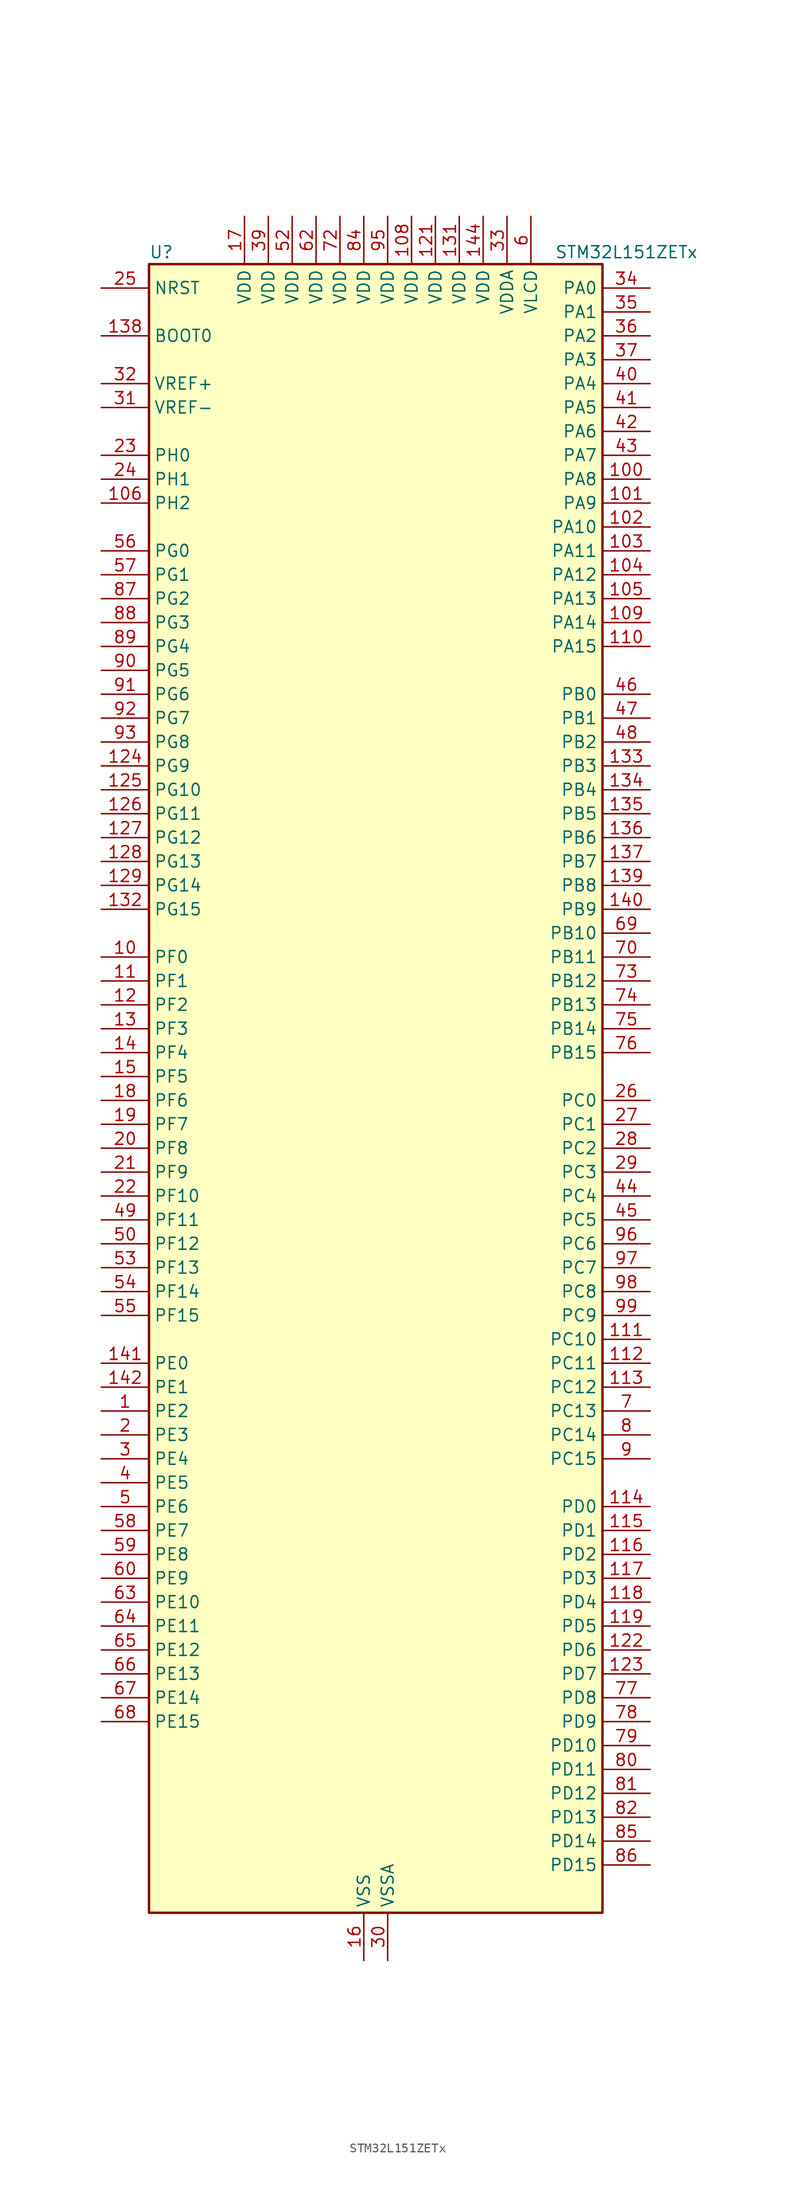
<source format=kicad_sym>
(kicad_symbol_lib
  (version 20231120)
  (generator "kicad-library-utils")
  (generator_version "8.0")
  (symbol "STM32L151ZETx"
    (property "Reference" "U"
      (at -22.86 90.17 0)
      (effects (font (size 1.27 1.27)) (justify left)))
    (property "Value" "STM32L151ZETx"
      (at 20.32 90.17 0)
      (effects (font (size 1.27 1.27)) (justify left)))
    (symbol "STM32L151ZETx_0_1"
      (rectangle (start -22.86 -86.36) (end 25.4 88.9) (stroke (width 0.254) (type default)) (fill (type background))))
    (symbol "STM32L151ZETx_1_1"
      (pin bidirectional line (at -27.94 -33.02 0) (length 5.08) (name "PE2" (effects (font (size 1.27 1.27)))) (number "1" (effects (font (size 1.27 1.27)))) (alternate "SYS_TRACECK" bidirectional line) (alternate "TIM3_ETR" bidirectional line) (alternate "TIMX_IC3" bidirectional line))
      (pin bidirectional line (at -27.94 15.24 0) (length 5.08) (name "PF0" (effects (font (size 1.27 1.27)))) (number "10" (effects (font (size 1.27 1.27)))))
      (pin bidirectional line (at 30.48 66.04 180) (length 5.08) (name "PA8" (effects (font (size 1.27 1.27)))) (number "100" (effects (font (size 1.27 1.27)))) (alternate "RCC_MCO" bidirectional line) (alternate "TIMX_IC1" bidirectional line) (alternate "TS_G4_IO1" bidirectional line) (alternate "USART1_CK" bidirectional line))
      (pin bidirectional line (at 30.48 63.5 180) (length 5.08) (name "PA9" (effects (font (size 1.27 1.27)))) (number "101" (effects (font (size 1.27 1.27)))) (alternate "DAC_EXTI9" bidirectional line) (alternate "TIMX_IC2" bidirectional line) (alternate "TS_G4_IO2" bidirectional line) (alternate "USART1_TX" bidirectional line))
      (pin bidirectional line (at 30.48 60.96 180) (length 5.08) (name "PA10" (effects (font (size 1.27 1.27)))) (number "102" (effects (font (size 1.27 1.27)))) (alternate "TIMX_IC3" bidirectional line) (alternate "TS_G4_IO3" bidirectional line) (alternate "USART1_RX" bidirectional line))
      (pin bidirectional line (at 30.48 58.42 180) (length 5.08) (name "PA11" (effects (font (size 1.27 1.27)))) (number "103" (effects (font (size 1.27 1.27)))) (alternate "ADC_EXTI11" bidirectional line) (alternate "SPI1_MISO" bidirectional line) (alternate "TIMX_IC4" bidirectional line) (alternate "USART1_CTS" bidirectional line) (alternate "USB_DM" bidirectional line))
      (pin bidirectional line (at 30.48 55.88 180) (length 5.08) (name "PA12" (effects (font (size 1.27 1.27)))) (number "104" (effects (font (size 1.27 1.27)))) (alternate "SPI1_MOSI" bidirectional line) (alternate "TIMX_IC1" bidirectional line) (alternate "USART1_RTS" bidirectional line) (alternate "USB_DP" bidirectional line))
      (pin bidirectional line (at 30.48 53.34 180) (length 5.08) (name "PA13" (effects (font (size 1.27 1.27)))) (number "105" (effects (font (size 1.27 1.27)))) (alternate "SYS_JTMS-SWDIO" bidirectional line) (alternate "TIMX_IC2" bidirectional line) (alternate "TS_G5_IO1" bidirectional line))
      (pin bidirectional line (at -27.94 63.5 0) (length 5.08) (name "PH2" (effects (font (size 1.27 1.27)))) (number "106" (effects (font (size 1.27 1.27)))))
      (pin passive line (at 0 -91.44 90) (length 5.08) hide (name "VSS" (effects (font (size 1.27 1.27)))) (number "107" (effects (font (size 1.27 1.27)))))
      (pin power_in line (at 5.08 93.98 270) (length 5.08) (name "VDD" (effects (font (size 1.27 1.27)))) (number "108" (effects (font (size 1.27 1.27)))))
      (pin bidirectional line (at 30.48 50.8 180) (length 5.08) (name "PA14" (effects (font (size 1.27 1.27)))) (number "109" (effects (font (size 1.27 1.27)))) (alternate "SYS_JTCK-SWCLK" bidirectional line) (alternate "TIMX_IC3" bidirectional line) (alternate "TS_G5_IO2" bidirectional line))
      (pin bidirectional line (at -27.94 12.7 0) (length 5.08) (name "PF1" (effects (font (size 1.27 1.27)))) (number "11" (effects (font (size 1.27 1.27)))))
      (pin bidirectional line (at 30.48 48.26 180) (length 5.08) (name "PA15" (effects (font (size 1.27 1.27)))) (number "110" (effects (font (size 1.27 1.27)))) (alternate "ADC_EXTI15" bidirectional line) (alternate "I2S3_WS" bidirectional line) (alternate "SPI1_NSS" bidirectional line) (alternate "SPI3_NSS" bidirectional line) (alternate "SYS_JTDI" bidirectional line) (alternate "TIM2_CH1" bidirectional line) (alternate "TIM2_ETR" bidirectional line) (alternate "TIMX_IC4" bidirectional line) (alternate "TS_G5_IO3" bidirectional line))
      (pin bidirectional line (at 30.48 -25.4 180) (length 5.08) (name "PC10" (effects (font (size 1.27 1.27)))) (number "111" (effects (font (size 1.27 1.27)))) (alternate "I2S3_CK" bidirectional line) (alternate "SPI3_SCK" bidirectional line) (alternate "TIMX_IC3" bidirectional line) (alternate "UART4_TX" bidirectional line) (alternate "USART3_TX" bidirectional line))
      (pin bidirectional line (at 30.48 -27.94 180) (length 5.08) (name "PC11" (effects (font (size 1.27 1.27)))) (number "112" (effects (font (size 1.27 1.27)))) (alternate "ADC_EXTI11" bidirectional line) (alternate "SPI3_MISO" bidirectional line) (alternate "TIMX_IC4" bidirectional line) (alternate "UART4_RX" bidirectional line) (alternate "USART3_RX" bidirectional line))
      (pin bidirectional line (at 30.48 -30.48 180) (length 5.08) (name "PC12" (effects (font (size 1.27 1.27)))) (number "113" (effects (font (size 1.27 1.27)))) (alternate "I2S3_SD" bidirectional line) (alternate "SPI3_MOSI" bidirectional line) (alternate "TIMX_IC1" bidirectional line) (alternate "UART5_TX" bidirectional line) (alternate "USART3_CK" bidirectional line))
      (pin bidirectional line (at 30.48 -43.18 180) (length 5.08) (name "PD0" (effects (font (size 1.27 1.27)))) (number "114" (effects (font (size 1.27 1.27)))) (alternate "I2S2_WS" bidirectional line) (alternate "SPI2_NSS" bidirectional line) (alternate "TIM9_CH1" bidirectional line) (alternate "TIMX_IC1" bidirectional line))
      (pin bidirectional line (at 30.48 -45.72 180) (length 5.08) (name "PD1" (effects (font (size 1.27 1.27)))) (number "115" (effects (font (size 1.27 1.27)))) (alternate "I2S2_CK" bidirectional line) (alternate "SPI2_SCK" bidirectional line) (alternate "TIMX_IC2" bidirectional line))
      (pin bidirectional line (at 30.48 -48.26 180) (length 5.08) (name "PD2" (effects (font (size 1.27 1.27)))) (number "116" (effects (font (size 1.27 1.27)))) (alternate "TIM3_ETR" bidirectional line) (alternate "TIMX_IC3" bidirectional line) (alternate "UART5_RX" bidirectional line))
      (pin bidirectional line (at 30.48 -50.8 180) (length 5.08) (name "PD3" (effects (font (size 1.27 1.27)))) (number "117" (effects (font (size 1.27 1.27)))) (alternate "SPI2_MISO" bidirectional line) (alternate "TIMX_IC4" bidirectional line) (alternate "USART2_CTS" bidirectional line))
      (pin bidirectional line (at 30.48 -53.34 180) (length 5.08) (name "PD4" (effects (font (size 1.27 1.27)))) (number "118" (effects (font (size 1.27 1.27)))) (alternate "I2S2_SD" bidirectional line) (alternate "SPI2_MOSI" bidirectional line) (alternate "TIMX_IC1" bidirectional line) (alternate "USART2_RTS" bidirectional line))
      (pin bidirectional line (at 30.48 -55.88 180) (length 5.08) (name "PD5" (effects (font (size 1.27 1.27)))) (number "119" (effects (font (size 1.27 1.27)))) (alternate "TIMX_IC2" bidirectional line) (alternate "USART2_TX" bidirectional line))
      (pin bidirectional line (at -27.94 10.16 0) (length 5.08) (name "PF2" (effects (font (size 1.27 1.27)))) (number "12" (effects (font (size 1.27 1.27)))))
      (pin passive line (at 0 -91.44 90) (length 5.08) hide (name "VSS" (effects (font (size 1.27 1.27)))) (number "120" (effects (font (size 1.27 1.27)))))
      (pin power_in line (at 7.62 93.98 270) (length 5.08) (name "VDD" (effects (font (size 1.27 1.27)))) (number "121" (effects (font (size 1.27 1.27)))))
      (pin bidirectional line (at 30.48 -58.42 180) (length 5.08) (name "PD6" (effects (font (size 1.27 1.27)))) (number "122" (effects (font (size 1.27 1.27)))) (alternate "TIMX_IC3" bidirectional line) (alternate "USART2_RX" bidirectional line))
      (pin bidirectional line (at 30.48 -60.96 180) (length 5.08) (name "PD7" (effects (font (size 1.27 1.27)))) (number "123" (effects (font (size 1.27 1.27)))) (alternate "TIM9_CH2" bidirectional line) (alternate "TIMX_IC4" bidirectional line) (alternate "USART2_CK" bidirectional line))
      (pin bidirectional line (at -27.94 35.56 0) (length 5.08) (name "PG9" (effects (font (size 1.27 1.27)))) (number "124" (effects (font (size 1.27 1.27)))) (alternate "DAC_EXTI9" bidirectional line))
      (pin bidirectional line (at -27.94 33.02 0) (length 5.08) (name "PG10" (effects (font (size 1.27 1.27)))) (number "125" (effects (font (size 1.27 1.27)))))
      (pin bidirectional line (at -27.94 30.48 0) (length 5.08) (name "PG11" (effects (font (size 1.27 1.27)))) (number "126" (effects (font (size 1.27 1.27)))) (alternate "ADC_EXTI11" bidirectional line))
      (pin bidirectional line (at -27.94 27.94 0) (length 5.08) (name "PG12" (effects (font (size 1.27 1.27)))) (number "127" (effects (font (size 1.27 1.27)))))
      (pin bidirectional line (at -27.94 25.4 0) (length 5.08) (name "PG13" (effects (font (size 1.27 1.27)))) (number "128" (effects (font (size 1.27 1.27)))))
      (pin bidirectional line (at -27.94 22.86 0) (length 5.08) (name "PG14" (effects (font (size 1.27 1.27)))) (number "129" (effects (font (size 1.27 1.27)))))
      (pin bidirectional line (at -27.94 7.62 0) (length 5.08) (name "PF3" (effects (font (size 1.27 1.27)))) (number "13" (effects (font (size 1.27 1.27)))))
      (pin passive line (at 0 -91.44 90) (length 5.08) hide (name "VSS" (effects (font (size 1.27 1.27)))) (number "130" (effects (font (size 1.27 1.27)))))
      (pin power_in line (at 10.16 93.98 270) (length 5.08) (name "VDD" (effects (font (size 1.27 1.27)))) (number "131" (effects (font (size 1.27 1.27)))))
      (pin bidirectional line (at -27.94 20.32 0) (length 5.08) (name "PG15" (effects (font (size 1.27 1.27)))) (number "132" (effects (font (size 1.27 1.27)))) (alternate "ADC_EXTI15" bidirectional line))
      (pin bidirectional line (at 30.48 35.56 180) (length 5.08) (name "PB3" (effects (font (size 1.27 1.27)))) (number "133" (effects (font (size 1.27 1.27)))) (alternate "COMP2_INM" bidirectional line) (alternate "I2S3_CK" bidirectional line) (alternate "SPI1_SCK" bidirectional line) (alternate "SPI3_SCK" bidirectional line) (alternate "SYS_JTDO-TRACESWO" bidirectional line) (alternate "TIM2_CH2" bidirectional line))
      (pin bidirectional line (at 30.48 33.02 180) (length 5.08) (name "PB4" (effects (font (size 1.27 1.27)))) (number "134" (effects (font (size 1.27 1.27)))) (alternate "COMP2_INP" bidirectional line) (alternate "SPI1_MISO" bidirectional line) (alternate "SPI3_MISO" bidirectional line) (alternate "SYS_JTRST" bidirectional line) (alternate "TIM3_CH1" bidirectional line) (alternate "TS_G6_IO1" bidirectional line))
      (pin bidirectional line (at 30.48 30.48 180) (length 5.08) (name "PB5" (effects (font (size 1.27 1.27)))) (number "135" (effects (font (size 1.27 1.27)))) (alternate "COMP2_INP" bidirectional line) (alternate "I2C1_SMBA" bidirectional line) (alternate "I2S3_SD" bidirectional line) (alternate "SPI1_MOSI" bidirectional line) (alternate "SPI3_MOSI" bidirectional line) (alternate "TIM3_CH2" bidirectional line) (alternate "TS_G6_IO2" bidirectional line))
      (pin bidirectional line (at 30.48 27.94 180) (length 5.08) (name "PB6" (effects (font (size 1.27 1.27)))) (number "136" (effects (font (size 1.27 1.27)))) (alternate "COMP2_INP" bidirectional line) (alternate "I2C1_SCL" bidirectional line) (alternate "TIM4_CH1" bidirectional line) (alternate "TS_G6_IO3" bidirectional line) (alternate "USART1_TX" bidirectional line))
      (pin bidirectional line (at 30.48 25.4 180) (length 5.08) (name "PB7" (effects (font (size 1.27 1.27)))) (number "137" (effects (font (size 1.27 1.27)))) (alternate "COMP2_INP" bidirectional line) (alternate "I2C1_SDA" bidirectional line) (alternate "SYS_PVD_IN" bidirectional line) (alternate "TIM4_CH2" bidirectional line) (alternate "TS_G6_IO4" bidirectional line) (alternate "USART1_RX" bidirectional line))
      (pin input line (at -27.94 81.28 0) (length 5.08) (name "BOOT0" (effects (font (size 1.27 1.27)))) (number "138" (effects (font (size 1.27 1.27)))))
      (pin bidirectional line (at 30.48 22.86 180) (length 5.08) (name "PB8" (effects (font (size 1.27 1.27)))) (number "139" (effects (font (size 1.27 1.27)))) (alternate "I2C1_SCL" bidirectional line) (alternate "TIM10_CH1" bidirectional line) (alternate "TIM4_CH3" bidirectional line))
      (pin bidirectional line (at -27.94 5.08 0) (length 5.08) (name "PF4" (effects (font (size 1.27 1.27)))) (number "14" (effects (font (size 1.27 1.27)))))
      (pin bidirectional line (at 30.48 20.32 180) (length 5.08) (name "PB9" (effects (font (size 1.27 1.27)))) (number "140" (effects (font (size 1.27 1.27)))) (alternate "DAC_EXTI9" bidirectional line) (alternate "I2C1_SDA" bidirectional line) (alternate "TIM11_CH1" bidirectional line) (alternate "TIM4_CH4" bidirectional line))
      (pin bidirectional line (at -27.94 -27.94 0) (length 5.08) (name "PE0" (effects (font (size 1.27 1.27)))) (number "141" (effects (font (size 1.27 1.27)))) (alternate "TIM10_CH1" bidirectional line) (alternate "TIM4_ETR" bidirectional line) (alternate "TIMX_IC1" bidirectional line))
      (pin bidirectional line (at -27.94 -30.48 0) (length 5.08) (name "PE1" (effects (font (size 1.27 1.27)))) (number "142" (effects (font (size 1.27 1.27)))) (alternate "TIM11_CH1" bidirectional line) (alternate "TIMX_IC2" bidirectional line))
      (pin passive line (at 0 -91.44 90) (length 5.08) hide (name "VSS" (effects (font (size 1.27 1.27)))) (number "143" (effects (font (size 1.27 1.27)))))
      (pin power_in line (at 12.7 93.98 270) (length 5.08) (name "VDD" (effects (font (size 1.27 1.27)))) (number "144" (effects (font (size 1.27 1.27)))))
      (pin bidirectional line (at -27.94 2.54 0) (length 5.08) (name "PF5" (effects (font (size 1.27 1.27)))) (number "15" (effects (font (size 1.27 1.27)))))
      (pin power_in line (at 0 -91.44 90) (length 5.08) (name "VSS" (effects (font (size 1.27 1.27)))) (number "16" (effects (font (size 1.27 1.27)))))
      (pin power_in line (at -12.7 93.98 270) (length 5.08) (name "VDD" (effects (font (size 1.27 1.27)))) (number "17" (effects (font (size 1.27 1.27)))))
      (pin bidirectional line (at -27.94 0 0) (length 5.08) (name "PF6" (effects (font (size 1.27 1.27)))) (number "18" (effects (font (size 1.27 1.27)))) (alternate "ADC_IN27" bidirectional line) (alternate "TIM5_CH1" bidirectional line) (alternate "TIM5_ETR" bidirectional line) (alternate "TS_G11_IO1" bidirectional line))
      (pin bidirectional line (at -27.94 -2.54 0) (length 5.08) (name "PF7" (effects (font (size 1.27 1.27)))) (number "19" (effects (font (size 1.27 1.27)))) (alternate "ADC_IN28" bidirectional line) (alternate "COMP1_INP" bidirectional line) (alternate "TIM5_CH2" bidirectional line) (alternate "TS_G11_IO2" bidirectional line))
      (pin bidirectional line (at -27.94 -35.56 0) (length 5.08) (name "PE3" (effects (font (size 1.27 1.27)))) (number "2" (effects (font (size 1.27 1.27)))) (alternate "SYS_TRACED0" bidirectional line) (alternate "TIM3_CH1" bidirectional line) (alternate "TIMX_IC4" bidirectional line))
      (pin bidirectional line (at -27.94 -5.08 0) (length 5.08) (name "PF8" (effects (font (size 1.27 1.27)))) (number "20" (effects (font (size 1.27 1.27)))) (alternate "ADC_IN29" bidirectional line) (alternate "COMP1_INP" bidirectional line) (alternate "TIM5_CH3" bidirectional line) (alternate "TS_G11_IO3" bidirectional line))
      (pin bidirectional line (at -27.94 -7.62 0) (length 5.08) (name "PF9" (effects (font (size 1.27 1.27)))) (number "21" (effects (font (size 1.27 1.27)))) (alternate "ADC_IN30" bidirectional line) (alternate "COMP1_INP" bidirectional line) (alternate "DAC_EXTI9" bidirectional line) (alternate "TIM5_CH4" bidirectional line) (alternate "TS_G11_IO4" bidirectional line))
      (pin bidirectional line (at -27.94 -10.16 0) (length 5.08) (name "PF10" (effects (font (size 1.27 1.27)))) (number "22" (effects (font (size 1.27 1.27)))) (alternate "ADC_IN31" bidirectional line) (alternate "COMP1_INP" bidirectional line) (alternate "TS_G11_IO5" bidirectional line))
      (pin bidirectional line (at -27.94 68.58 0) (length 5.08) (name "PH0" (effects (font (size 1.27 1.27)))) (number "23" (effects (font (size 1.27 1.27)))) (alternate "RCC_OSC_IN" bidirectional line))
      (pin bidirectional line (at -27.94 66.04 0) (length 5.08) (name "PH1" (effects (font (size 1.27 1.27)))) (number "24" (effects (font (size 1.27 1.27)))) (alternate "RCC_OSC_OUT" bidirectional line))
      (pin input line (at -27.94 86.36 0) (length 5.08) (name "NRST" (effects (font (size 1.27 1.27)))) (number "25" (effects (font (size 1.27 1.27)))))
      (pin bidirectional line (at 30.48 0 180) (length 5.08) (name "PC0" (effects (font (size 1.27 1.27)))) (number "26" (effects (font (size 1.27 1.27)))) (alternate "ADC_IN10" bidirectional line) (alternate "COMP1_INP" bidirectional line) (alternate "TIMX_IC1" bidirectional line) (alternate "TS_G8_IO1" bidirectional line))
      (pin bidirectional line (at 30.48 -2.54 180) (length 5.08) (name "PC1" (effects (font (size 1.27 1.27)))) (number "27" (effects (font (size 1.27 1.27)))) (alternate "ADC_IN11" bidirectional line) (alternate "COMP1_INP" bidirectional line) (alternate "TIMX_IC2" bidirectional line) (alternate "TS_G8_IO2" bidirectional line))
      (pin bidirectional line (at 30.48 -5.08 180) (length 5.08) (name "PC2" (effects (font (size 1.27 1.27)))) (number "28" (effects (font (size 1.27 1.27)))) (alternate "ADC_IN12" bidirectional line) (alternate "COMP1_INP" bidirectional line) (alternate "TIMX_IC3" bidirectional line) (alternate "TS_G8_IO3" bidirectional line))
      (pin bidirectional line (at 30.48 -7.62 180) (length 5.08) (name "PC3" (effects (font (size 1.27 1.27)))) (number "29" (effects (font (size 1.27 1.27)))) (alternate "ADC_IN13" bidirectional line) (alternate "COMP1_INP" bidirectional line) (alternate "TIMX_IC4" bidirectional line) (alternate "TS_G8_IO4" bidirectional line))
      (pin bidirectional line (at -27.94 -38.1 0) (length 5.08) (name "PE4" (effects (font (size 1.27 1.27)))) (number "3" (effects (font (size 1.27 1.27)))) (alternate "SYS_TRACED1" bidirectional line) (alternate "TIM3_CH2" bidirectional line) (alternate "TIMX_IC1" bidirectional line))
      (pin power_in line (at 2.54 -91.44 90) (length 5.08) (name "VSSA" (effects (font (size 1.27 1.27)))) (number "30" (effects (font (size 1.27 1.27)))))
      (pin input line (at -27.94 73.66 0) (length 5.08) (name "VREF-" (effects (font (size 1.27 1.27)))) (number "31" (effects (font (size 1.27 1.27)))))
      (pin input line (at -27.94 76.2 0) (length 5.08) (name "VREF+" (effects (font (size 1.27 1.27)))) (number "32" (effects (font (size 1.27 1.27)))))
      (pin power_in line (at 15.24 93.98 270) (length 5.08) (name "VDDA" (effects (font (size 1.27 1.27)))) (number "33" (effects (font (size 1.27 1.27)))))
      (pin bidirectional line (at 30.48 86.36 180) (length 5.08) (name "PA0" (effects (font (size 1.27 1.27)))) (number "34" (effects (font (size 1.27 1.27)))) (alternate "ADC_IN0" bidirectional line) (alternate "COMP1_INP" bidirectional line) (alternate "RTC_TAMP2" bidirectional line) (alternate "SYS_WKUP1" bidirectional line) (alternate "TIM2_CH1" bidirectional line) (alternate "TIM2_ETR" bidirectional line) (alternate "TIM5_CH1" bidirectional line) (alternate "TIMX_IC1" bidirectional line) (alternate "TS_G1_IO1" bidirectional line) (alternate "USART2_CTS" bidirectional line))
      (pin bidirectional line (at 30.48 83.82 180) (length 5.08) (name "PA1" (effects (font (size 1.27 1.27)))) (number "35" (effects (font (size 1.27 1.27)))) (alternate "ADC_IN1" bidirectional line) (alternate "COMP1_INP" bidirectional line) (alternate "OPAMP1_VINP" bidirectional line) (alternate "TIM2_CH2" bidirectional line) (alternate "TIM5_CH2" bidirectional line) (alternate "TIMX_IC2" bidirectional line) (alternate "TS_G1_IO2" bidirectional line) (alternate "USART2_RTS" bidirectional line))
      (pin bidirectional line (at 30.48 81.28 180) (length 5.08) (name "PA2" (effects (font (size 1.27 1.27)))) (number "36" (effects (font (size 1.27 1.27)))) (alternate "ADC_IN2" bidirectional line) (alternate "COMP1_INP" bidirectional line) (alternate "OPAMP1_VINM" bidirectional line) (alternate "TIM2_CH3" bidirectional line) (alternate "TIM5_CH3" bidirectional line) (alternate "TIM9_CH1" bidirectional line) (alternate "TIMX_IC3" bidirectional line) (alternate "TS_G1_IO3" bidirectional line) (alternate "USART2_TX" bidirectional line))
      (pin bidirectional line (at 30.48 78.74 180) (length 5.08) (name "PA3" (effects (font (size 1.27 1.27)))) (number "37" (effects (font (size 1.27 1.27)))) (alternate "ADC_IN3" bidirectional line) (alternate "COMP1_INP" bidirectional line) (alternate "OPAMP1_VOUT" bidirectional line) (alternate "TIM2_CH4" bidirectional line) (alternate "TIM5_CH4" bidirectional line) (alternate "TIM9_CH2" bidirectional line) (alternate "TIMX_IC4" bidirectional line) (alternate "TS_G1_IO4" bidirectional line) (alternate "USART2_RX" bidirectional line))
      (pin passive line (at 0 -91.44 90) (length 5.08) hide (name "VSS" (effects (font (size 1.27 1.27)))) (number "38" (effects (font (size 1.27 1.27)))))
      (pin power_in line (at -10.16 93.98 270) (length 5.08) (name "VDD" (effects (font (size 1.27 1.27)))) (number "39" (effects (font (size 1.27 1.27)))))
      (pin bidirectional line (at -27.94 -40.64 0) (length 5.08) (name "PE5" (effects (font (size 1.27 1.27)))) (number "4" (effects (font (size 1.27 1.27)))) (alternate "SYS_TRACED2" bidirectional line) (alternate "TIM9_CH1" bidirectional line) (alternate "TIMX_IC2" bidirectional line))
      (pin bidirectional line (at 30.48 76.2 180) (length 5.08) (name "PA4" (effects (font (size 1.27 1.27)))) (number "40" (effects (font (size 1.27 1.27)))) (alternate "ADC_IN4" bidirectional line) (alternate "COMP1_INP" bidirectional line) (alternate "DAC_OUT1" bidirectional line) (alternate "I2S3_WS" bidirectional line) (alternate "SPI1_NSS" bidirectional line) (alternate "SPI3_NSS" bidirectional line) (alternate "TIMX_IC1" bidirectional line) (alternate "USART2_CK" bidirectional line))
      (pin bidirectional line (at 30.48 73.66 180) (length 5.08) (name "PA5" (effects (font (size 1.27 1.27)))) (number "41" (effects (font (size 1.27 1.27)))) (alternate "ADC_IN5" bidirectional line) (alternate "COMP1_INP" bidirectional line) (alternate "DAC_OUT2" bidirectional line) (alternate "SPI1_SCK" bidirectional line) (alternate "TIM2_CH1" bidirectional line) (alternate "TIM2_ETR" bidirectional line) (alternate "TIMX_IC2" bidirectional line))
      (pin bidirectional line (at 30.48 71.12 180) (length 5.08) (name "PA6" (effects (font (size 1.27 1.27)))) (number "42" (effects (font (size 1.27 1.27)))) (alternate "ADC_IN6" bidirectional line) (alternate "COMP1_INP" bidirectional line) (alternate "OPAMP2_VINP" bidirectional line) (alternate "SPI1_MISO" bidirectional line) (alternate "TIM10_CH1" bidirectional line) (alternate "TIM3_CH1" bidirectional line) (alternate "TIMX_IC3" bidirectional line) (alternate "TS_G2_IO1" bidirectional line))
      (pin bidirectional line (at 30.48 68.58 180) (length 5.08) (name "PA7" (effects (font (size 1.27 1.27)))) (number "43" (effects (font (size 1.27 1.27)))) (alternate "ADC_IN7" bidirectional line) (alternate "COMP1_INP" bidirectional line) (alternate "OPAMP2_VINM" bidirectional line) (alternate "SPI1_MOSI" bidirectional line) (alternate "TIM11_CH1" bidirectional line) (alternate "TIM3_CH2" bidirectional line) (alternate "TIMX_IC4" bidirectional line) (alternate "TS_G2_IO2" bidirectional line))
      (pin bidirectional line (at 30.48 -10.16 180) (length 5.08) (name "PC4" (effects (font (size 1.27 1.27)))) (number "44" (effects (font (size 1.27 1.27)))) (alternate "ADC_IN14" bidirectional line) (alternate "COMP1_INP" bidirectional line) (alternate "TIMX_IC1" bidirectional line) (alternate "TS_G9_IO1" bidirectional line))
      (pin bidirectional line (at 30.48 -12.7 180) (length 5.08) (name "PC5" (effects (font (size 1.27 1.27)))) (number "45" (effects (font (size 1.27 1.27)))) (alternate "ADC_IN15" bidirectional line) (alternate "COMP1_INP" bidirectional line) (alternate "TIMX_IC2" bidirectional line) (alternate "TS_G9_IO2" bidirectional line))
      (pin bidirectional line (at 30.48 43.18 180) (length 5.08) (name "PB0" (effects (font (size 1.27 1.27)))) (number "46" (effects (font (size 1.27 1.27)))) (alternate "ADC_IN8" bidirectional line) (alternate "COMP1_INP" bidirectional line) (alternate "OPAMP2_VOUT" bidirectional line) (alternate "SYS_V_REF_OUT" bidirectional line) (alternate "TIM3_CH3" bidirectional line) (alternate "TS_G3_IO1" bidirectional line))
      (pin bidirectional line (at 30.48 40.64 180) (length 5.08) (name "PB1" (effects (font (size 1.27 1.27)))) (number "47" (effects (font (size 1.27 1.27)))) (alternate "ADC_IN9" bidirectional line) (alternate "COMP1_INP" bidirectional line) (alternate "SYS_V_REF_OUT" bidirectional line) (alternate "TIM3_CH4" bidirectional line) (alternate "TS_G3_IO2" bidirectional line))
      (pin bidirectional line (at 30.48 38.1 180) (length 5.08) (name "PB2" (effects (font (size 1.27 1.27)))) (number "48" (effects (font (size 1.27 1.27)))) (alternate "ADC_IN0b" bidirectional line) (alternate "TS_G3_IO3" bidirectional line))
      (pin bidirectional line (at -27.94 -12.7 0) (length 5.08) (name "PF11" (effects (font (size 1.27 1.27)))) (number "49" (effects (font (size 1.27 1.27)))) (alternate "ADC_EXTI11" bidirectional line) (alternate "ADC_IN1b" bidirectional line) (alternate "TS_G3_IO4" bidirectional line))
      (pin bidirectional line (at -27.94 -43.18 0) (length 5.08) (name "PE6" (effects (font (size 1.27 1.27)))) (number "5" (effects (font (size 1.27 1.27)))) (alternate "RTC_TAMP3" bidirectional line) (alternate "SYS_TRACED3" bidirectional line) (alternate "SYS_WKUP3" bidirectional line) (alternate "TIM9_CH2" bidirectional line) (alternate "TIMX_IC3" bidirectional line))
      (pin bidirectional line (at -27.94 -15.24 0) (length 5.08) (name "PF12" (effects (font (size 1.27 1.27)))) (number "50" (effects (font (size 1.27 1.27)))) (alternate "ADC_IN2b" bidirectional line) (alternate "TS_G3_IO5" bidirectional line))
      (pin passive line (at 0 -91.44 90) (length 5.08) hide (name "VSS" (effects (font (size 1.27 1.27)))) (number "51" (effects (font (size 1.27 1.27)))))
      (pin power_in line (at -7.62 93.98 270) (length 5.08) (name "VDD" (effects (font (size 1.27 1.27)))) (number "52" (effects (font (size 1.27 1.27)))))
      (pin bidirectional line (at -27.94 -17.78 0) (length 5.08) (name "PF13" (effects (font (size 1.27 1.27)))) (number "53" (effects (font (size 1.27 1.27)))) (alternate "ADC_IN3b" bidirectional line) (alternate "TS_G9_IO3" bidirectional line))
      (pin bidirectional line (at -27.94 -20.32 0) (length 5.08) (name "PF14" (effects (font (size 1.27 1.27)))) (number "54" (effects (font (size 1.27 1.27)))) (alternate "ADC_IN6b" bidirectional line) (alternate "TS_G9_IO4" bidirectional line))
      (pin bidirectional line (at -27.94 -22.86 0) (length 5.08) (name "PF15" (effects (font (size 1.27 1.27)))) (number "55" (effects (font (size 1.27 1.27)))) (alternate "ADC_EXTI15" bidirectional line) (alternate "ADC_IN7b" bidirectional line) (alternate "TS_G2_IO3" bidirectional line))
      (pin bidirectional line (at -27.94 58.42 0) (length 5.08) (name "PG0" (effects (font (size 1.27 1.27)))) (number "56" (effects (font (size 1.27 1.27)))) (alternate "ADC_IN8b" bidirectional line) (alternate "TS_G2_IO4" bidirectional line))
      (pin bidirectional line (at -27.94 55.88 0) (length 5.08) (name "PG1" (effects (font (size 1.27 1.27)))) (number "57" (effects (font (size 1.27 1.27)))) (alternate "ADC_IN9b" bidirectional line) (alternate "TS_G2_IO5" bidirectional line))
      (pin bidirectional line (at -27.94 -45.72 0) (length 5.08) (name "PE7" (effects (font (size 1.27 1.27)))) (number "58" (effects (font (size 1.27 1.27)))) (alternate "ADC_IN22" bidirectional line) (alternate "COMP1_INP" bidirectional line) (alternate "TIMX_IC4" bidirectional line))
      (pin bidirectional line (at -27.94 -48.26 0) (length 5.08) (name "PE8" (effects (font (size 1.27 1.27)))) (number "59" (effects (font (size 1.27 1.27)))) (alternate "ADC_IN23" bidirectional line) (alternate "COMP1_INP" bidirectional line) (alternate "TIMX_IC1" bidirectional line))
      (pin power_in line (at 17.78 93.98 270) (length 5.08) (name "VLCD" (effects (font (size 1.27 1.27)))) (number "6" (effects (font (size 1.27 1.27)))))
      (pin bidirectional line (at -27.94 -50.8 0) (length 5.08) (name "PE9" (effects (font (size 1.27 1.27)))) (number "60" (effects (font (size 1.27 1.27)))) (alternate "ADC_IN24" bidirectional line) (alternate "COMP1_INP" bidirectional line) (alternate "DAC_EXTI9" bidirectional line) (alternate "TIM2_CH1" bidirectional line) (alternate "TIM2_ETR" bidirectional line) (alternate "TIMX_IC2" bidirectional line))
      (pin passive line (at 0 -91.44 90) (length 5.08) hide (name "VSS" (effects (font (size 1.27 1.27)))) (number "61" (effects (font (size 1.27 1.27)))))
      (pin power_in line (at -5.08 93.98 270) (length 5.08) (name "VDD" (effects (font (size 1.27 1.27)))) (number "62" (effects (font (size 1.27 1.27)))))
      (pin bidirectional line (at -27.94 -53.34 0) (length 5.08) (name "PE10" (effects (font (size 1.27 1.27)))) (number "63" (effects (font (size 1.27 1.27)))) (alternate "ADC_IN25" bidirectional line) (alternate "COMP1_INP" bidirectional line) (alternate "TIM2_CH2" bidirectional line) (alternate "TIMX_IC3" bidirectional line))
      (pin bidirectional line (at -27.94 -55.88 0) (length 5.08) (name "PE11" (effects (font (size 1.27 1.27)))) (number "64" (effects (font (size 1.27 1.27)))) (alternate "ADC_EXTI11" bidirectional line) (alternate "TIM2_CH3" bidirectional line) (alternate "TIMX_IC4" bidirectional line))
      (pin bidirectional line (at -27.94 -58.42 0) (length 5.08) (name "PE12" (effects (font (size 1.27 1.27)))) (number "65" (effects (font (size 1.27 1.27)))) (alternate "SPI1_NSS" bidirectional line) (alternate "TIM2_CH4" bidirectional line) (alternate "TIMX_IC1" bidirectional line))
      (pin bidirectional line (at -27.94 -60.96 0) (length 5.08) (name "PE13" (effects (font (size 1.27 1.27)))) (number "66" (effects (font (size 1.27 1.27)))) (alternate "SPI1_SCK" bidirectional line) (alternate "TIMX_IC2" bidirectional line))
      (pin bidirectional line (at -27.94 -63.5 0) (length 5.08) (name "PE14" (effects (font (size 1.27 1.27)))) (number "67" (effects (font (size 1.27 1.27)))) (alternate "SPI1_MISO" bidirectional line) (alternate "TIMX_IC3" bidirectional line))
      (pin bidirectional line (at -27.94 -66.04 0) (length 5.08) (name "PE15" (effects (font (size 1.27 1.27)))) (number "68" (effects (font (size 1.27 1.27)))) (alternate "ADC_EXTI15" bidirectional line) (alternate "SPI1_MOSI" bidirectional line) (alternate "TIMX_IC4" bidirectional line))
      (pin bidirectional line (at 30.48 17.78 180) (length 5.08) (name "PB10" (effects (font (size 1.27 1.27)))) (number "69" (effects (font (size 1.27 1.27)))) (alternate "I2C2_SCL" bidirectional line) (alternate "TIM2_CH3" bidirectional line) (alternate "USART3_TX" bidirectional line))
      (pin bidirectional line (at 30.48 -33.02 180) (length 5.08) (name "PC13" (effects (font (size 1.27 1.27)))) (number "7" (effects (font (size 1.27 1.27)))) (alternate "RTC_OUT_ALARM" bidirectional line) (alternate "RTC_OUT_CALIB" bidirectional line) (alternate "RTC_TAMP1" bidirectional line) (alternate "RTC_TS" bidirectional line) (alternate "SYS_WKUP2" bidirectional line) (alternate "TIMX_IC2" bidirectional line))
      (pin bidirectional line (at 30.48 15.24 180) (length 5.08) (name "PB11" (effects (font (size 1.27 1.27)))) (number "70" (effects (font (size 1.27 1.27)))) (alternate "ADC_EXTI11" bidirectional line) (alternate "I2C2_SDA" bidirectional line) (alternate "TIM2_CH4" bidirectional line) (alternate "USART3_RX" bidirectional line))
      (pin passive line (at 0 -91.44 90) (length 5.08) hide (name "VSS" (effects (font (size 1.27 1.27)))) (number "71" (effects (font (size 1.27 1.27)))))
      (pin power_in line (at -2.54 93.98 270) (length 5.08) (name "VDD" (effects (font (size 1.27 1.27)))) (number "72" (effects (font (size 1.27 1.27)))))
      (pin bidirectional line (at 30.48 12.7 180) (length 5.08) (name "PB12" (effects (font (size 1.27 1.27)))) (number "73" (effects (font (size 1.27 1.27)))) (alternate "ADC_IN18" bidirectional line) (alternate "COMP1_INP" bidirectional line) (alternate "I2C2_SMBA" bidirectional line) (alternate "I2S2_WS" bidirectional line) (alternate "SPI2_NSS" bidirectional line) (alternate "TIM10_CH1" bidirectional line) (alternate "TS_G7_IO1" bidirectional line) (alternate "USART3_CK" bidirectional line))
      (pin bidirectional line (at 30.48 10.16 180) (length 5.08) (name "PB13" (effects (font (size 1.27 1.27)))) (number "74" (effects (font (size 1.27 1.27)))) (alternate "ADC_IN19" bidirectional line) (alternate "COMP1_INP" bidirectional line) (alternate "I2S2_CK" bidirectional line) (alternate "SPI2_SCK" bidirectional line) (alternate "TIM9_CH1" bidirectional line) (alternate "TS_G7_IO2" bidirectional line) (alternate "USART3_CTS" bidirectional line))
      (pin bidirectional line (at 30.48 7.62 180) (length 5.08) (name "PB14" (effects (font (size 1.27 1.27)))) (number "75" (effects (font (size 1.27 1.27)))) (alternate "ADC_IN20" bidirectional line) (alternate "COMP1_INP" bidirectional line) (alternate "SPI2_MISO" bidirectional line) (alternate "TIM9_CH2" bidirectional line) (alternate "TS_G7_IO3" bidirectional line) (alternate "USART3_RTS" bidirectional line))
      (pin bidirectional line (at 30.48 5.08 180) (length 5.08) (name "PB15" (effects (font (size 1.27 1.27)))) (number "76" (effects (font (size 1.27 1.27)))) (alternate "ADC_EXTI15" bidirectional line) (alternate "ADC_IN21" bidirectional line) (alternate "COMP1_INP" bidirectional line) (alternate "I2S2_SD" bidirectional line) (alternate "RTC_REFIN" bidirectional line) (alternate "SPI2_MOSI" bidirectional line) (alternate "TIM11_CH1" bidirectional line) (alternate "TS_G7_IO4" bidirectional line))
      (pin bidirectional line (at 30.48 -63.5 180) (length 5.08) (name "PD8" (effects (font (size 1.27 1.27)))) (number "77" (effects (font (size 1.27 1.27)))) (alternate "TIMX_IC1" bidirectional line) (alternate "USART3_TX" bidirectional line))
      (pin bidirectional line (at 30.48 -66.04 180) (length 5.08) (name "PD9" (effects (font (size 1.27 1.27)))) (number "78" (effects (font (size 1.27 1.27)))) (alternate "DAC_EXTI9" bidirectional line) (alternate "TIMX_IC2" bidirectional line) (alternate "USART3_RX" bidirectional line))
      (pin bidirectional line (at 30.48 -68.58 180) (length 5.08) (name "PD10" (effects (font (size 1.27 1.27)))) (number "79" (effects (font (size 1.27 1.27)))) (alternate "TIMX_IC3" bidirectional line) (alternate "USART3_CK" bidirectional line))
      (pin bidirectional line (at 30.48 -35.56 180) (length 5.08) (name "PC14" (effects (font (size 1.27 1.27)))) (number "8" (effects (font (size 1.27 1.27)))) (alternate "RCC_OSC32_IN" bidirectional line) (alternate "TIMX_IC3" bidirectional line))
      (pin bidirectional line (at 30.48 -71.12 180) (length 5.08) (name "PD11" (effects (font (size 1.27 1.27)))) (number "80" (effects (font (size 1.27 1.27)))) (alternate "ADC_EXTI11" bidirectional line) (alternate "TIMX_IC4" bidirectional line) (alternate "USART3_CTS" bidirectional line))
      (pin bidirectional line (at 30.48 -73.66 180) (length 5.08) (name "PD12" (effects (font (size 1.27 1.27)))) (number "81" (effects (font (size 1.27 1.27)))) (alternate "TIM4_CH1" bidirectional line) (alternate "TIMX_IC1" bidirectional line) (alternate "USART3_RTS" bidirectional line))
      (pin bidirectional line (at 30.48 -76.2 180) (length 5.08) (name "PD13" (effects (font (size 1.27 1.27)))) (number "82" (effects (font (size 1.27 1.27)))) (alternate "TIM4_CH2" bidirectional line) (alternate "TIMX_IC2" bidirectional line))
      (pin passive line (at 0 -91.44 90) (length 5.08) hide (name "VSS" (effects (font (size 1.27 1.27)))) (number "83" (effects (font (size 1.27 1.27)))))
      (pin power_in line (at 0 93.98 270) (length 5.08) (name "VDD" (effects (font (size 1.27 1.27)))) (number "84" (effects (font (size 1.27 1.27)))))
      (pin bidirectional line (at 30.48 -78.74 180) (length 5.08) (name "PD14" (effects (font (size 1.27 1.27)))) (number "85" (effects (font (size 1.27 1.27)))) (alternate "TIM4_CH3" bidirectional line) (alternate "TIMX_IC3" bidirectional line))
      (pin bidirectional line (at 30.48 -81.28 180) (length 5.08) (name "PD15" (effects (font (size 1.27 1.27)))) (number "86" (effects (font (size 1.27 1.27)))) (alternate "ADC_EXTI15" bidirectional line) (alternate "TIM4_CH4" bidirectional line) (alternate "TIMX_IC4" bidirectional line))
      (pin bidirectional line (at -27.94 53.34 0) (length 5.08) (name "PG2" (effects (font (size 1.27 1.27)))) (number "87" (effects (font (size 1.27 1.27)))) (alternate "ADC_IN10b" bidirectional line) (alternate "TS_G7_IO5" bidirectional line))
      (pin bidirectional line (at -27.94 50.8 0) (length 5.08) (name "PG3" (effects (font (size 1.27 1.27)))) (number "88" (effects (font (size 1.27 1.27)))) (alternate "ADC_IN11b" bidirectional line) (alternate "TS_G7_IO6" bidirectional line))
      (pin bidirectional line (at -27.94 48.26 0) (length 5.08) (name "PG4" (effects (font (size 1.27 1.27)))) (number "89" (effects (font (size 1.27 1.27)))) (alternate "ADC_IN12b" bidirectional line) (alternate "TS_G7_IO7" bidirectional line))
      (pin bidirectional line (at 30.48 -38.1 180) (length 5.08) (name "PC15" (effects (font (size 1.27 1.27)))) (number "9" (effects (font (size 1.27 1.27)))) (alternate "ADC_EXTI15" bidirectional line) (alternate "RCC_OSC32_OUT" bidirectional line) (alternate "TIMX_IC4" bidirectional line))
      (pin bidirectional line (at -27.94 45.72 0) (length 5.08) (name "PG5" (effects (font (size 1.27 1.27)))) (number "90" (effects (font (size 1.27 1.27)))))
      (pin bidirectional line (at -27.94 43.18 0) (length 5.08) (name "PG6" (effects (font (size 1.27 1.27)))) (number "91" (effects (font (size 1.27 1.27)))))
      (pin bidirectional line (at -27.94 40.64 0) (length 5.08) (name "PG7" (effects (font (size 1.27 1.27)))) (number "92" (effects (font (size 1.27 1.27)))))
      (pin bidirectional line (at -27.94 38.1 0) (length 5.08) (name "PG8" (effects (font (size 1.27 1.27)))) (number "93" (effects (font (size 1.27 1.27)))))
      (pin passive line (at 0 -91.44 90) (length 5.08) hide (name "VSS" (effects (font (size 1.27 1.27)))) (number "94" (effects (font (size 1.27 1.27)))))
      (pin power_in line (at 2.54 93.98 270) (length 5.08) (name "VDD" (effects (font (size 1.27 1.27)))) (number "95" (effects (font (size 1.27 1.27)))))
      (pin bidirectional line (at 30.48 -15.24 180) (length 5.08) (name "PC6" (effects (font (size 1.27 1.27)))) (number "96" (effects (font (size 1.27 1.27)))) (alternate "I2S2_MCK" bidirectional line) (alternate "TIM3_CH1" bidirectional line) (alternate "TIMX_IC3" bidirectional line) (alternate "TS_G10_IO1" bidirectional line))
      (pin bidirectional line (at 30.48 -17.78 180) (length 5.08) (name "PC7" (effects (font (size 1.27 1.27)))) (number "97" (effects (font (size 1.27 1.27)))) (alternate "I2S3_MCK" bidirectional line) (alternate "TIM3_CH2" bidirectional line) (alternate "TIMX_IC4" bidirectional line) (alternate "TS_G10_IO2" bidirectional line))
      (pin bidirectional line (at 30.48 -20.32 180) (length 5.08) (name "PC8" (effects (font (size 1.27 1.27)))) (number "98" (effects (font (size 1.27 1.27)))) (alternate "TIM3_CH3" bidirectional line) (alternate "TIMX_IC1" bidirectional line) (alternate "TS_G10_IO3" bidirectional line))
      (pin bidirectional line (at 30.48 -22.86 180) (length 5.08) (name "PC9" (effects (font (size 1.27 1.27)))) (number "99" (effects (font (size 1.27 1.27)))) (alternate "DAC_EXTI9" bidirectional line) (alternate "TIM3_CH4" bidirectional line) (alternate "TIMX_IC2" bidirectional line) (alternate "TS_G10_IO4" bidirectional line)))))
</source>
